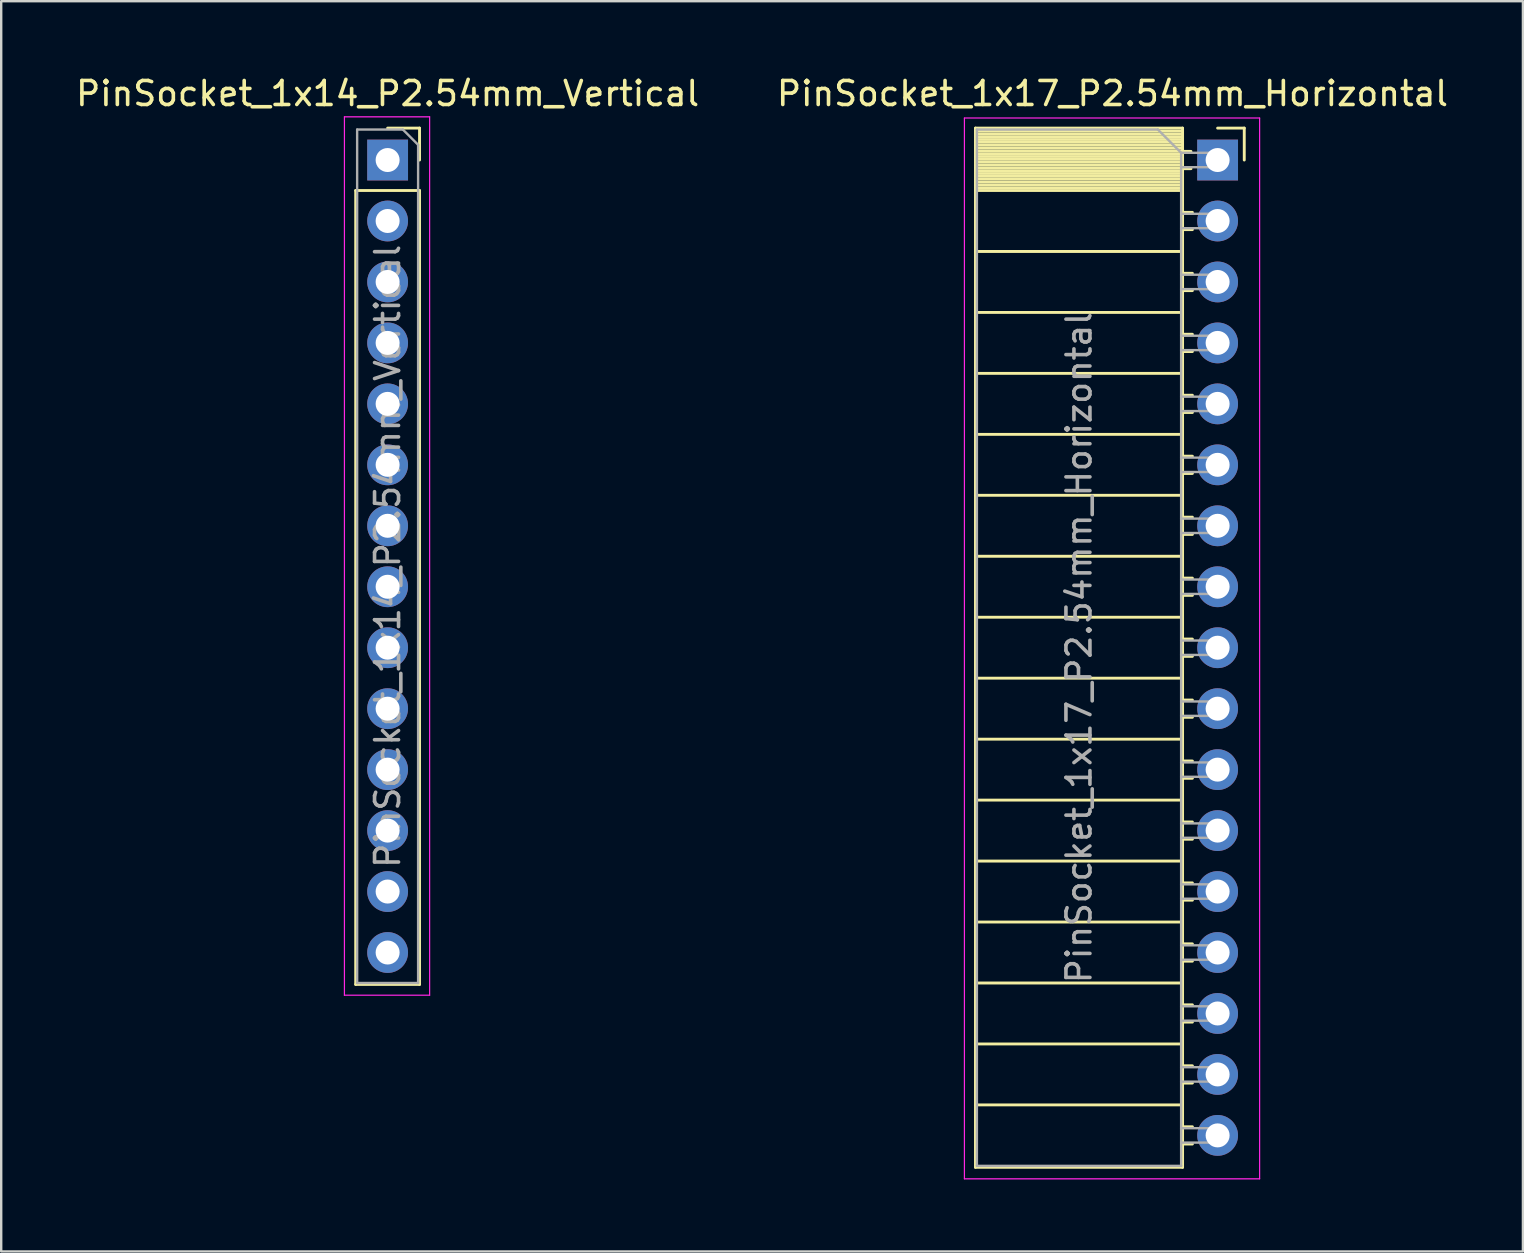
<source format=kicad_pcb>
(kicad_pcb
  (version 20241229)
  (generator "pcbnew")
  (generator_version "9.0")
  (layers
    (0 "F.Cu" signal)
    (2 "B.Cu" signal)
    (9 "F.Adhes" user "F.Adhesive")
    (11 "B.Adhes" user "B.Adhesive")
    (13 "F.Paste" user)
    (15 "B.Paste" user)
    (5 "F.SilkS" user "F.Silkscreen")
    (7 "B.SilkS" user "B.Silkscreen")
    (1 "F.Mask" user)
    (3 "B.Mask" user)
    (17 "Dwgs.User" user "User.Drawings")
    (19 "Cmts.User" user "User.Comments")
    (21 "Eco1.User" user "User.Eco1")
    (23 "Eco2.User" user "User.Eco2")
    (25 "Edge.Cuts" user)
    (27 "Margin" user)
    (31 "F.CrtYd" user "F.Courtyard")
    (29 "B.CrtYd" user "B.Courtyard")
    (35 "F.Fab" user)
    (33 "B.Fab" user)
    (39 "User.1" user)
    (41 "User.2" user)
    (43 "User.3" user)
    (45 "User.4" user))
  (footprint "PinSocket_1x14_P2.54mm_Vertical"
    (layer "F.Cu")
    (at 13.101 3.618)
    (property "Reference" "PinSocket_1x14_P2.54mm_Vertical" (at 0 -2.77 0) (layer "F.SilkS") (effects (font (size 1 1) (thickness 0.15))))
    (attr through_hole)
    (fp_line (start -1.33 1.27) (end -1.33 34.35) (stroke (width 0.12) (type solid)) (layer "F.SilkS"))
    (fp_line (start -1.33 1.27) (end 1.33 1.27) (stroke (width 0.12) (type solid)) (layer "F.SilkS"))
    (fp_line (start -1.33 34.35) (end 1.33 34.35) (stroke (width 0.12) (type solid)) (layer "F.SilkS"))
    (fp_line (start 0 -1.33) (end 1.33 -1.33) (stroke (width 0.12) (type solid)) (layer "F.SilkS"))
    (fp_line (start 1.33 -1.33) (end 1.33 0) (stroke (width 0.12) (type solid)) (layer "F.SilkS"))
    (fp_line (start 1.33 1.27) (end 1.33 34.35) (stroke (width 0.12) (type solid)) (layer "F.SilkS"))
    (fp_line (start -1.8 -1.8) (end 1.75 -1.8) (stroke (width 0.05) (type solid)) (layer "F.CrtYd"))
    (fp_line (start -1.8 34.8) (end -1.8 -1.8) (stroke (width 0.05) (type solid)) (layer "F.CrtYd"))
    (fp_line (start 1.75 -1.8) (end 1.75 34.8) (stroke (width 0.05) (type solid)) (layer "F.CrtYd"))
    (fp_line (start 1.75 34.8) (end -1.8 34.8) (stroke (width 0.05) (type solid)) (layer "F.CrtYd"))
    (fp_line (start -1.27 -1.27) (end 0.635 -1.27) (stroke (width 0.1) (type solid)) (layer "F.Fab"))
    (fp_line (start -1.27 34.29) (end -1.27 -1.27) (stroke (width 0.1) (type solid)) (layer "F.Fab"))
    (fp_line (start 0.635 -1.27) (end 1.27 -0.635) (stroke (width 0.1) (type solid)) (layer "F.Fab"))
    (fp_line (start 1.27 -0.635) (end 1.27 34.29) (stroke (width 0.1) (type solid)) (layer "F.Fab"))
    (fp_line (start 1.27 34.29) (end -1.27 34.29) (stroke (width 0.1) (type solid)) (layer "F.Fab"))
    (fp_text user "${REFERENCE}" (at 0 16.51 90) (layer "F.Fab") (effects (font (size 1 1) (thickness 0.15))))
    (pad "1" thru_hole rect (at 0 0) (size 1.7 1.7) (drill 1) (layers "*.Cu" "*.Mask"))
    (pad "2" thru_hole oval (at 0 2.54) (size 1.7 1.7) (drill 1) (layers "*.Cu" "*.Mask"))
    (pad "3" thru_hole oval (at 0 5.08) (size 1.7 1.7) (drill 1) (layers "*.Cu" "*.Mask"))
    (pad "4" thru_hole oval (at 0 7.62) (size 1.7 1.7) (drill 1) (layers "*.Cu" "*.Mask"))
    (pad "5" thru_hole oval (at 0 10.16) (size 1.7 1.7) (drill 1) (layers "*.Cu" "*.Mask"))
    (pad "6" thru_hole oval (at 0 12.7) (size 1.7 1.7) (drill 1) (layers "*.Cu" "*.Mask"))
    (pad "7" thru_hole oval (at 0 15.24) (size 1.7 1.7) (drill 1) (layers "*.Cu" "*.Mask"))
    (pad "8" thru_hole oval (at 0 17.78) (size 1.7 1.7) (drill 1) (layers "*.Cu" "*.Mask"))
    (pad "9" thru_hole oval (at 0 20.32) (size 1.7 1.7) (drill 1) (layers "*.Cu" "*.Mask"))
    (pad "10" thru_hole oval (at 0 22.86) (size 1.7 1.7) (drill 1) (layers "*.Cu" "*.Mask"))
    (pad "11" thru_hole oval (at 0 25.4) (size 1.7 1.7) (drill 1) (layers "*.Cu" "*.Mask"))
    (pad "12" thru_hole oval (at 0 27.94) (size 1.7 1.7) (drill 1) (layers "*.Cu" "*.Mask"))
    (pad "13" thru_hole oval (at 0 30.48) (size 1.7 1.7) (drill 1) (layers "*.Cu" "*.Mask"))
    (pad "14" thru_hole oval (at 0 33.02) (size 1.7 1.7) (drill 1) (layers "*.Cu" "*.Mask")))
  (footprint "PinSocket_1x17_P2.54mm_Horizontal"
    (layer "F.Cu")
    (at 47.684 3.618)
    (property "Reference" "PinSocket_1x17_P2.54mm_Horizontal" (at -4.38 -2.77 0) (layer "F.SilkS") (effects (font (size 1 1) (thickness 0.15))))
    (attr through_hole)
    (fp_line (start -10.09 -1.33) (end -10.09 41.97) (stroke (width 0.12) (type solid)) (layer "F.SilkS"))
    (fp_line (start -10.09 -1.33) (end -1.46 -1.33) (stroke (width 0.12) (type solid)) (layer "F.SilkS"))
    (fp_line (start -10.09 -1.21) (end -1.46 -1.21) (stroke (width 0.12) (type solid)) (layer "F.SilkS"))
    (fp_line (start -10.09 -1.092) (end -1.46 -1.092) (stroke (width 0.12) (type solid)) (layer "F.SilkS"))
    (fp_line (start -10.09 -0.974) (end -1.46 -0.974) (stroke (width 0.12) (type solid)) (layer "F.SilkS"))
    (fp_line (start -10.09 -0.856) (end -1.46 -0.856) (stroke (width 0.12) (type solid)) (layer "F.SilkS"))
    (fp_line (start -10.09 -0.738) (end -1.46 -0.738) (stroke (width 0.12) (type solid)) (layer "F.SilkS"))
    (fp_line (start -10.09 -0.62) (end -1.46 -0.62) (stroke (width 0.12) (type solid)) (layer "F.SilkS"))
    (fp_line (start -10.09 -0.501) (end -1.46 -0.501) (stroke (width 0.12) (type solid)) (layer "F.SilkS"))
    (fp_line (start -10.09 -0.383) (end -1.46 -0.383) (stroke (width 0.12) (type solid)) (layer "F.SilkS"))
    (fp_line (start -10.09 -0.265) (end -1.46 -0.265) (stroke (width 0.12) (type solid)) (layer "F.SilkS"))
    (fp_line (start -10.09 -0.147) (end -1.46 -0.147) (stroke (width 0.12) (type solid)) (layer "F.SilkS"))
    (fp_line (start -10.09 -0.029) (end -1.46 -0.029) (stroke (width 0.12) (type solid)) (layer "F.SilkS"))
    (fp_line (start -10.09 0.089) (end -1.46 0.089) (stroke (width 0.12) (type solid)) (layer "F.SilkS"))
    (fp_line (start -10.09 0.207) (end -1.46 0.207) (stroke (width 0.12) (type solid)) (layer "F.SilkS"))
    (fp_line (start -10.09 0.325) (end -1.46 0.325) (stroke (width 0.12) (type solid)) (layer "F.SilkS"))
    (fp_line (start -10.09 0.443) (end -1.46 0.443) (stroke (width 0.12) (type solid)) (layer "F.SilkS"))
    (fp_line (start -10.09 0.561) (end -1.46 0.561) (stroke (width 0.12) (type solid)) (layer "F.SilkS"))
    (fp_line (start -10.09 0.68) (end -1.46 0.68) (stroke (width 0.12) (type solid)) (layer "F.SilkS"))
    (fp_line (start -10.09 0.798) (end -1.46 0.798) (stroke (width 0.12) (type solid)) (layer "F.SilkS"))
    (fp_line (start -10.09 0.916) (end -1.46 0.916) (stroke (width 0.12) (type solid)) (layer "F.SilkS"))
    (fp_line (start -10.09 1.034) (end -1.46 1.034) (stroke (width 0.12) (type solid)) (layer "F.SilkS"))
    (fp_line (start -10.09 1.152) (end -1.46 1.152) (stroke (width 0.12) (type solid)) (layer "F.SilkS"))
    (fp_line (start -10.09 1.27) (end -1.46 1.27) (stroke (width 0.12) (type solid)) (layer "F.SilkS"))
    (fp_line (start -10.09 3.81) (end -1.46 3.81) (stroke (width 0.12) (type solid)) (layer "F.SilkS"))
    (fp_line (start -10.09 6.35) (end -1.46 6.35) (stroke (width 0.12) (type solid)) (layer "F.SilkS"))
    (fp_line (start -10.09 8.89) (end -1.46 8.89) (stroke (width 0.12) (type solid)) (layer "F.SilkS"))
    (fp_line (start -10.09 11.43) (end -1.46 11.43) (stroke (width 0.12) (type solid)) (layer "F.SilkS"))
    (fp_line (start -10.09 13.97) (end -1.46 13.97) (stroke (width 0.12) (type solid)) (layer "F.SilkS"))
    (fp_line (start -10.09 16.51) (end -1.46 16.51) (stroke (width 0.12) (type solid)) (layer "F.SilkS"))
    (fp_line (start -10.09 19.05) (end -1.46 19.05) (stroke (width 0.12) (type solid)) (layer "F.SilkS"))
    (fp_line (start -10.09 21.59) (end -1.46 21.59) (stroke (width 0.12) (type solid)) (layer "F.SilkS"))
    (fp_line (start -10.09 24.13) (end -1.46 24.13) (stroke (width 0.12) (type solid)) (layer "F.SilkS"))
    (fp_line (start -10.09 26.67) (end -1.46 26.67) (stroke (width 0.12) (type solid)) (layer "F.SilkS"))
    (fp_line (start -10.09 29.21) (end -1.46 29.21) (stroke (width 0.12) (type solid)) (layer "F.SilkS"))
    (fp_line (start -10.09 31.75) (end -1.46 31.75) (stroke (width 0.12) (type solid)) (layer "F.SilkS"))
    (fp_line (start -10.09 34.29) (end -1.46 34.29) (stroke (width 0.12) (type solid)) (layer "F.SilkS"))
    (fp_line (start -10.09 36.83) (end -1.46 36.83) (stroke (width 0.12) (type solid)) (layer "F.SilkS"))
    (fp_line (start -10.09 39.37) (end -1.46 39.37) (stroke (width 0.12) (type solid)) (layer "F.SilkS"))
    (fp_line (start -10.09 41.97) (end -1.46 41.97) (stroke (width 0.12) (type solid)) (layer "F.SilkS"))
    (fp_line (start -1.46 -1.33) (end -1.46 41.97) (stroke (width 0.12) (type solid)) (layer "F.SilkS"))
    (fp_line (start -1.46 -0.36) (end -1.11 -0.36) (stroke (width 0.12) (type solid)) (layer "F.SilkS"))
    (fp_line (start -1.46 0.36) (end -1.11 0.36) (stroke (width 0.12) (type solid)) (layer "F.SilkS"))
    (fp_line (start -1.46 2.18) (end -1.05 2.18) (stroke (width 0.12) (type solid)) (layer "F.SilkS"))
    (fp_line (start -1.46 2.9) (end -1.05 2.9) (stroke (width 0.12) (type solid)) (layer "F.SilkS"))
    (fp_line (start -1.46 4.72) (end -1.05 4.72) (stroke (width 0.12) (type solid)) (layer "F.SilkS"))
    (fp_line (start -1.46 5.44) (end -1.05 5.44) (stroke (width 0.12) (type solid)) (layer "F.SilkS"))
    (fp_line (start -1.46 7.26) (end -1.05 7.26) (stroke (width 0.12) (type solid)) (layer "F.SilkS"))
    (fp_line (start -1.46 7.98) (end -1.05 7.98) (stroke (width 0.12) (type solid)) (layer "F.SilkS"))
    (fp_line (start -1.46 9.8) (end -1.05 9.8) (stroke (width 0.12) (type solid)) (layer "F.SilkS"))
    (fp_line (start -1.46 10.52) (end -1.05 10.52) (stroke (width 0.12) (type solid)) (layer "F.SilkS"))
    (fp_line (start -1.46 12.34) (end -1.05 12.34) (stroke (width 0.12) (type solid)) (layer "F.SilkS"))
    (fp_line (start -1.46 13.06) (end -1.05 13.06) (stroke (width 0.12) (type solid)) (layer "F.SilkS"))
    (fp_line (start -1.46 14.88) (end -1.05 14.88) (stroke (width 0.12) (type solid)) (layer "F.SilkS"))
    (fp_line (start -1.46 15.6) (end -1.05 15.6) (stroke (width 0.12) (type solid)) (layer "F.SilkS"))
    (fp_line (start -1.46 17.42) (end -1.05 17.42) (stroke (width 0.12) (type solid)) (layer "F.SilkS"))
    (fp_line (start -1.46 18.14) (end -1.05 18.14) (stroke (width 0.12) (type solid)) (layer "F.SilkS"))
    (fp_line (start -1.46 19.96) (end -1.05 19.96) (stroke (width 0.12) (type solid)) (layer "F.SilkS"))
    (fp_line (start -1.46 20.68) (end -1.05 20.68) (stroke (width 0.12) (type solid)) (layer "F.SilkS"))
    (fp_line (start -1.46 22.5) (end -1.05 22.5) (stroke (width 0.12) (type solid)) (layer "F.SilkS"))
    (fp_line (start -1.46 23.22) (end -1.05 23.22) (stroke (width 0.12) (type solid)) (layer "F.SilkS"))
    (fp_line (start -1.46 25.04) (end -1.05 25.04) (stroke (width 0.12) (type solid)) (layer "F.SilkS"))
    (fp_line (start -1.46 25.76) (end -1.05 25.76) (stroke (width 0.12) (type solid)) (layer "F.SilkS"))
    (fp_line (start -1.46 27.58) (end -1.05 27.58) (stroke (width 0.12) (type solid)) (layer "F.SilkS"))
    (fp_line (start -1.46 28.3) (end -1.05 28.3) (stroke (width 0.12) (type solid)) (layer "F.SilkS"))
    (fp_line (start -1.46 30.12) (end -1.05 30.12) (stroke (width 0.12) (type solid)) (layer "F.SilkS"))
    (fp_line (start -1.46 30.84) (end -1.05 30.84) (stroke (width 0.12) (type solid)) (layer "F.SilkS"))
    (fp_line (start -1.46 32.66) (end -1.05 32.66) (stroke (width 0.12) (type solid)) (layer "F.SilkS"))
    (fp_line (start -1.46 33.38) (end -1.05 33.38) (stroke (width 0.12) (type solid)) (layer "F.SilkS"))
    (fp_line (start -1.46 35.2) (end -1.05 35.2) (stroke (width 0.12) (type solid)) (layer "F.SilkS"))
    (fp_line (start -1.46 35.92) (end -1.05 35.92) (stroke (width 0.12) (type solid)) (layer "F.SilkS"))
    (fp_line (start -1.46 37.74) (end -1.05 37.74) (stroke (width 0.12) (type solid)) (layer "F.SilkS"))
    (fp_line (start -1.46 38.46) (end -1.05 38.46) (stroke (width 0.12) (type solid)) (layer "F.SilkS"))
    (fp_line (start -1.46 40.28) (end -1.05 40.28) (stroke (width 0.12) (type solid)) (layer "F.SilkS"))
    (fp_line (start -1.46 41) (end -1.05 41) (stroke (width 0.12) (type solid)) (layer "F.SilkS"))
    (fp_line (start 0 -1.33) (end 1.11 -1.33) (stroke (width 0.12) (type solid)) (layer "F.SilkS"))
    (fp_line (start 1.11 -1.33) (end 1.11 0) (stroke (width 0.12) (type solid)) (layer "F.SilkS"))
    (fp_line (start -10.55 -1.75) (end -10.55 42.45) (stroke (width 0.05) (type solid)) (layer "F.CrtYd"))
    (fp_line (start -10.55 42.45) (end 1.75 42.45) (stroke (width 0.05) (type solid)) (layer "F.CrtYd"))
    (fp_line (start 1.75 -1.75) (end -10.55 -1.75) (stroke (width 0.05) (type solid)) (layer "F.CrtYd"))
    (fp_line (start 1.75 42.45) (end 1.75 -1.75) (stroke (width 0.05) (type solid)) (layer "F.CrtYd"))
    (fp_line (start -10.03 -1.27) (end -2.49 -1.27) (stroke (width 0.1) (type solid)) (layer "F.Fab"))
    (fp_line (start -10.03 41.91) (end -10.03 -1.27) (stroke (width 0.1) (type solid)) (layer "F.Fab"))
    (fp_line (start -2.49 -1.27) (end -1.52 -0.3) (stroke (width 0.1) (type solid)) (layer "F.Fab"))
    (fp_line (start -1.52 -0.3) (end -1.52 41.91) (stroke (width 0.1) (type solid)) (layer "F.Fab"))
    (fp_line (start -1.52 0.3) (end 0 0.3) (stroke (width 0.1) (type solid)) (layer "F.Fab"))
    (fp_line (start -1.52 2.84) (end 0 2.84) (stroke (width 0.1) (type solid)) (layer "F.Fab"))
    (fp_line (start -1.52 5.38) (end 0 5.38) (stroke (width 0.1) (type solid)) (layer "F.Fab"))
    (fp_line (start -1.52 7.92) (end 0 7.92) (stroke (width 0.1) (type solid)) (layer "F.Fab"))
    (fp_line (start -1.52 10.46) (end 0 10.46) (stroke (width 0.1) (type solid)) (layer "F.Fab"))
    (fp_line (start -1.52 13) (end 0 13) (stroke (width 0.1) (type solid)) (layer "F.Fab"))
    (fp_line (start -1.52 15.54) (end 0 15.54) (stroke (width 0.1) (type solid)) (layer "F.Fab"))
    (fp_line (start -1.52 18.08) (end 0 18.08) (stroke (width 0.1) (type solid)) (layer "F.Fab"))
    (fp_line (start -1.52 20.62) (end 0 20.62) (stroke (width 0.1) (type solid)) (layer "F.Fab"))
    (fp_line (start -1.52 23.16) (end 0 23.16) (stroke (width 0.1) (type solid)) (layer "F.Fab"))
    (fp_line (start -1.52 25.7) (end 0 25.7) (stroke (width 0.1) (type solid)) (layer "F.Fab"))
    (fp_line (start -1.52 28.24) (end 0 28.24) (stroke (width 0.1) (type solid)) (layer "F.Fab"))
    (fp_line (start -1.52 30.78) (end 0 30.78) (stroke (width 0.1) (type solid)) (layer "F.Fab"))
    (fp_line (start -1.52 33.32) (end 0 33.32) (stroke (width 0.1) (type solid)) (layer "F.Fab"))
    (fp_line (start -1.52 35.86) (end 0 35.86) (stroke (width 0.1) (type solid)) (layer "F.Fab"))
    (fp_line (start -1.52 38.4) (end 0 38.4) (stroke (width 0.1) (type solid)) (layer "F.Fab"))
    (fp_line (start -1.52 40.94) (end 0 40.94) (stroke (width 0.1) (type solid)) (layer "F.Fab"))
    (fp_line (start -1.52 41.91) (end -10.03 41.91) (stroke (width 0.1) (type solid)) (layer "F.Fab"))
    (fp_line (start 0 -0.3) (end -1.52 -0.3) (stroke (width 0.1) (type solid)) (layer "F.Fab"))
    (fp_line (start 0 0.3) (end 0 -0.3) (stroke (width 0.1) (type solid)) (layer "F.Fab"))
    (fp_line (start 0 2.24) (end -1.52 2.24) (stroke (width 0.1) (type solid)) (layer "F.Fab"))
    (fp_line (start 0 2.84) (end 0 2.24) (stroke (width 0.1) (type solid)) (layer "F.Fab"))
    (fp_line (start 0 4.78) (end -1.52 4.78) (stroke (width 0.1) (type solid)) (layer "F.Fab"))
    (fp_line (start 0 5.38) (end 0 4.78) (stroke (width 0.1) (type solid)) (layer "F.Fab"))
    (fp_line (start 0 7.32) (end -1.52 7.32) (stroke (width 0.1) (type solid)) (layer "F.Fab"))
    (fp_line (start 0 7.92) (end 0 7.32) (stroke (width 0.1) (type solid)) (layer "F.Fab"))
    (fp_line (start 0 9.86) (end -1.52 9.86) (stroke (width 0.1) (type solid)) (layer "F.Fab"))
    (fp_line (start 0 10.46) (end 0 9.86) (stroke (width 0.1) (type solid)) (layer "F.Fab"))
    (fp_line (start 0 12.4) (end -1.52 12.4) (stroke (width 0.1) (type solid)) (layer "F.Fab"))
    (fp_line (start 0 13) (end 0 12.4) (stroke (width 0.1) (type solid)) (layer "F.Fab"))
    (fp_line (start 0 14.94) (end -1.52 14.94) (stroke (width 0.1) (type solid)) (layer "F.Fab"))
    (fp_line (start 0 15.54) (end 0 14.94) (stroke (width 0.1) (type solid)) (layer "F.Fab"))
    (fp_line (start 0 17.48) (end -1.52 17.48) (stroke (width 0.1) (type solid)) (layer "F.Fab"))
    (fp_line (start 0 18.08) (end 0 17.48) (stroke (width 0.1) (type solid)) (layer "F.Fab"))
    (fp_line (start 0 20.02) (end -1.52 20.02) (stroke (width 0.1) (type solid)) (layer "F.Fab"))
    (fp_line (start 0 20.62) (end 0 20.02) (stroke (width 0.1) (type solid)) (layer "F.Fab"))
    (fp_line (start 0 22.56) (end -1.52 22.56) (stroke (width 0.1) (type solid)) (layer "F.Fab"))
    (fp_line (start 0 23.16) (end 0 22.56) (stroke (width 0.1) (type solid)) (layer "F.Fab"))
    (fp_line (start 0 25.1) (end -1.52 25.1) (stroke (width 0.1) (type solid)) (layer "F.Fab"))
    (fp_line (start 0 25.7) (end 0 25.1) (stroke (width 0.1) (type solid)) (layer "F.Fab"))
    (fp_line (start 0 27.64) (end -1.52 27.64) (stroke (width 0.1) (type solid)) (layer "F.Fab"))
    (fp_line (start 0 28.24) (end 0 27.64) (stroke (width 0.1) (type solid)) (layer "F.Fab"))
    (fp_line (start 0 30.18) (end -1.52 30.18) (stroke (width 0.1) (type solid)) (layer "F.Fab"))
    (fp_line (start 0 30.78) (end 0 30.18) (stroke (width 0.1) (type solid)) (layer "F.Fab"))
    (fp_line (start 0 32.72) (end -1.52 32.72) (stroke (width 0.1) (type solid)) (layer "F.Fab"))
    (fp_line (start 0 33.32) (end 0 32.72) (stroke (width 0.1) (type solid)) (layer "F.Fab"))
    (fp_line (start 0 35.26) (end -1.52 35.26) (stroke (width 0.1) (type solid)) (layer "F.Fab"))
    (fp_line (start 0 35.86) (end 0 35.26) (stroke (width 0.1) (type solid)) (layer "F.Fab"))
    (fp_line (start 0 37.8) (end -1.52 37.8) (stroke (width 0.1) (type solid)) (layer "F.Fab"))
    (fp_line (start 0 38.4) (end 0 37.8) (stroke (width 0.1) (type solid)) (layer "F.Fab"))
    (fp_line (start 0 40.34) (end -1.52 40.34) (stroke (width 0.1) (type solid)) (layer "F.Fab"))
    (fp_line (start 0 40.94) (end 0 40.34) (stroke (width 0.1) (type solid)) (layer "F.Fab"))
    (fp_text user "${REFERENCE}" (at -5.775 20.32 90) (layer "F.Fab") (effects (font (size 1 1) (thickness 0.15))))
    (pad "1" thru_hole rect (at 0 0) (size 1.7 1.7) (drill 1) (layers "*.Cu" "*.Mask"))
    (pad "2" thru_hole oval (at 0 2.54) (size 1.7 1.7) (drill 1) (layers "*.Cu" "*.Mask"))
    (pad "3" thru_hole oval (at 0 5.08) (size 1.7 1.7) (drill 1) (layers "*.Cu" "*.Mask"))
    (pad "4" thru_hole oval (at 0 7.62) (size 1.7 1.7) (drill 1) (layers "*.Cu" "*.Mask"))
    (pad "5" thru_hole oval (at 0 10.16) (size 1.7 1.7) (drill 1) (layers "*.Cu" "*.Mask"))
    (pad "6" thru_hole oval (at 0 12.7) (size 1.7 1.7) (drill 1) (layers "*.Cu" "*.Mask"))
    (pad "7" thru_hole oval (at 0 15.24) (size 1.7 1.7) (drill 1) (layers "*.Cu" "*.Mask"))
    (pad "8" thru_hole oval (at 0 17.78) (size 1.7 1.7) (drill 1) (layers "*.Cu" "*.Mask"))
    (pad "9" thru_hole oval (at 0 20.32) (size 1.7 1.7) (drill 1) (layers "*.Cu" "*.Mask"))
    (pad "10" thru_hole oval (at 0 22.86) (size 1.7 1.7) (drill 1) (layers "*.Cu" "*.Mask"))
    (pad "11" thru_hole oval (at 0 25.4) (size 1.7 1.7) (drill 1) (layers "*.Cu" "*.Mask"))
    (pad "12" thru_hole oval (at 0 27.94) (size 1.7 1.7) (drill 1) (layers "*.Cu" "*.Mask"))
    (pad "13" thru_hole oval (at 0 30.48) (size 1.7 1.7) (drill 1) (layers "*.Cu" "*.Mask"))
    (pad "14" thru_hole oval (at 0 33.02) (size 1.7 1.7) (drill 1) (layers "*.Cu" "*.Mask"))
    (pad "15" thru_hole oval (at 0 35.56) (size 1.7 1.7) (drill 1) (layers "*.Cu" "*.Mask"))
    (pad "16" thru_hole oval (at 0 38.1) (size 1.7 1.7) (drill 1) (layers "*.Cu" "*.Mask"))
    (pad "17" thru_hole oval (at 0 40.64) (size 1.7 1.7) (drill 1) (layers "*.Cu" "*.Mask")))
  (gr_rect
    (start -3 -3)
    (end 60.405 49.093)
    (stroke (width 0.1) (type default))
    (fill no)
    (layer "Edge.Cuts")))
</source>
